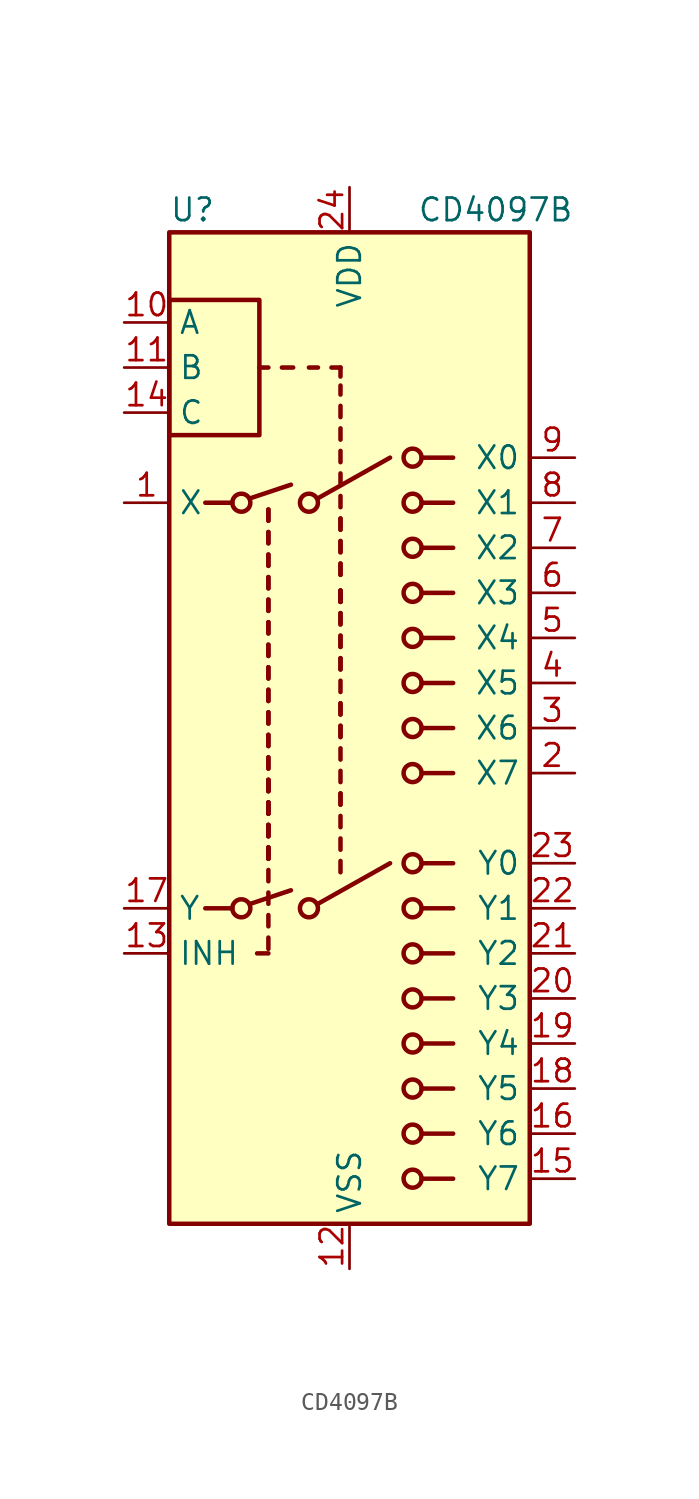
<source format=kicad_sym>
(kicad_symbol_lib
  (version 20241209)
  (generator "kicad_symbol_editor")
  (generator_version "9.0")
  (symbol "CD4097B"
    (property "Reference" "U"
      (at -10.16 29.21 0)
      (effects (font (size 1.27 1.27)) (justify left)))
    (property "Value" "CD4097B"
      (at 3.81 29.21 0)
      (effects (font (size 1.27 1.27)) (justify left)))
    (symbol "CD4097B_0_1"
      (rectangle (start -10.16 27.94) (end 10.16 -27.94) (stroke (width 0.254) (type default)) (fill (type background)))
      (rectangle (start -10.16 24.13) (end -5.08 16.51) (stroke (width 0.254) (type default)) (fill (type none)))
      (polyline (pts (xy -8.128 12.7) (xy -6.604 12.7)) (stroke (width 0.254) (type default)) (fill (type none)))
      (polyline (pts (xy -8.128 -10.16) (xy -6.604 -10.16)) (stroke (width 0.254) (type default)) (fill (type none)))
      (circle (center -6.096 12.7) (radius 0.508) (stroke (width 0.254) (type default)) (fill (type none)))
      (circle (center -6.096 -10.16) (radius 0.508) (stroke (width 0.254) (type default)) (fill (type none)))
      (polyline (pts (xy -5.588 12.954) (xy -3.302 13.716)) (stroke (width 0.254) (type default)) (fill (type none)))
      (polyline (pts (xy -5.588 -9.906) (xy -3.302 -9.144)) (stroke (width 0.254) (type default)) (fill (type none)))
      (polyline (pts (xy -4.572 20.32) (xy -5.08 20.32)) (stroke (width 0.254) (type default)) (fill (type none)))
      (polyline (pts (xy -4.572 11.684) (xy -4.572 12.319)) (stroke (width 0.254) (type default)) (fill (type none)))
      (polyline (pts (xy -4.572 11.684) (xy -4.572 12.319)) (stroke (width 0.254) (type default)) (fill (type none)))
      (polyline (pts (xy -4.572 10.414) (xy -4.572 11.049)) (stroke (width 0.254) (type default)) (fill (type none)))
      (polyline (pts (xy -4.572 10.414) (xy -4.572 11.049)) (stroke (width 0.254) (type default)) (fill (type none)))
      (polyline (pts (xy -4.572 9.144) (xy -4.572 9.779)) (stroke (width 0.254) (type default)) (fill (type none)))
      (polyline (pts (xy -4.572 9.144) (xy -4.572 9.779)) (stroke (width 0.254) (type default)) (fill (type none)))
      (polyline (pts (xy -4.572 7.874) (xy -4.572 8.509)) (stroke (width 0.254) (type default)) (fill (type none)))
      (polyline (pts (xy -4.572 7.874) (xy -4.572 8.509)) (stroke (width 0.254) (type default)) (fill (type none)))
      (polyline (pts (xy -4.572 6.604) (xy -4.572 7.239)) (stroke (width 0.254) (type default)) (fill (type none)))
      (polyline (pts (xy -4.572 6.604) (xy -4.572 7.239)) (stroke (width 0.254) (type default)) (fill (type none)))
      (polyline (pts (xy -4.572 5.334) (xy -4.572 5.969)) (stroke (width 0.254) (type default)) (fill (type none)))
      (polyline (pts (xy -4.572 5.334) (xy -4.572 5.969)) (stroke (width 0.254) (type default)) (fill (type none)))
      (polyline (pts (xy -4.572 4.064) (xy -4.572 4.699)) (stroke (width 0.254) (type default)) (fill (type none)))
      (polyline (pts (xy -4.572 4.064) (xy -4.572 4.699)) (stroke (width 0.254) (type default)) (fill (type none)))
      (polyline (pts (xy -4.572 2.794) (xy -4.572 3.429)) (stroke (width 0.254) (type default)) (fill (type none)))
      (polyline (pts (xy -4.572 2.794) (xy -4.572 3.429)) (stroke (width 0.254) (type default)) (fill (type none)))
      (polyline (pts (xy -4.572 1.524) (xy -4.572 2.159)) (stroke (width 0.254) (type default)) (fill (type none)))
      (polyline (pts (xy -4.572 1.524) (xy -4.572 2.159)) (stroke (width 0.254) (type default)) (fill (type none)))
      (polyline (pts (xy -4.572 0.254) (xy -4.572 0.889)) (stroke (width 0.254) (type default)) (fill (type none)))
      (polyline (pts (xy -4.572 0.254) (xy -4.572 0.889)) (stroke (width 0.254) (type default)) (fill (type none)))
      (polyline (pts (xy -4.572 -1.016) (xy -4.572 -0.381)) (stroke (width 0.254) (type default)) (fill (type none)))
      (polyline (pts (xy -4.572 -1.016) (xy -4.572 -0.381)) (stroke (width 0.254) (type default)) (fill (type none)))
      (polyline (pts (xy -4.572 -2.286) (xy -4.572 -1.651)) (stroke (width 0.254) (type default)) (fill (type none)))
      (polyline (pts (xy -4.572 -2.286) (xy -4.572 -1.651)) (stroke (width 0.254) (type default)) (fill (type none)))
      (polyline (pts (xy -4.572 -3.556) (xy -4.572 -2.921)) (stroke (width 0.254) (type default)) (fill (type none)))
      (polyline (pts (xy -4.572 -3.556) (xy -4.572 -2.921)) (stroke (width 0.254) (type default)) (fill (type none)))
      (polyline (pts (xy -4.572 -3.556) (xy -4.572 -2.921)) (stroke (width 0.254) (type default)) (fill (type none)))
      (polyline (pts (xy -4.572 -3.556) (xy -4.572 -2.921)) (stroke (width 0.254) (type default)) (fill (type none)))
      (polyline (pts (xy -4.572 -4.826) (xy -4.572 -4.191)) (stroke (width 0.254) (type default)) (fill (type none)))
      (polyline (pts (xy -4.572 -4.826) (xy -4.572 -4.191)) (stroke (width 0.254) (type default)) (fill (type none)))
      (polyline (pts (xy -4.572 -4.826) (xy -4.572 -4.191)) (stroke (width 0.254) (type default)) (fill (type none)))
      (polyline (pts (xy -4.572 -4.826) (xy -4.572 -4.191)) (stroke (width 0.254) (type default)) (fill (type none)))
      (polyline (pts (xy -4.572 -6.096) (xy -4.572 -5.461)) (stroke (width 0.254) (type default)) (fill (type none)))
      (polyline (pts (xy -4.572 -6.096) (xy -4.572 -5.461)) (stroke (width 0.254) (type default)) (fill (type none)))
      (polyline (pts (xy -4.572 -6.096) (xy -4.572 -5.461)) (stroke (width 0.254) (type default)) (fill (type none)))
      (polyline (pts (xy -4.572 -6.096) (xy -4.572 -5.461)) (stroke (width 0.254) (type default)) (fill (type none)))
      (polyline (pts (xy -4.572 -7.366) (xy -4.572 -6.731)) (stroke (width 0.254) (type default)) (fill (type none)))
      (polyline (pts (xy -4.572 -7.366) (xy -4.572 -6.731)) (stroke (width 0.254) (type default)) (fill (type none)))
      (polyline (pts (xy -4.572 -7.366) (xy -4.572 -6.731)) (stroke (width 0.254) (type default)) (fill (type none)))
      (polyline (pts (xy -4.572 -7.366) (xy -4.572 -6.731)) (stroke (width 0.254) (type default)) (fill (type none)))
      (polyline (pts (xy -4.572 -11.176) (xy -4.572 -10.541)) (stroke (width 0.254) (type default)) (fill (type none)))
      (polyline (pts (xy -4.572 -12.446) (xy -4.572 -11.811)) (stroke (width 0.254) (type default)) (fill (type none)))
      (polyline (pts (xy -4.572 -12.7) (xy -5.207 -12.7)) (stroke (width 0.254) (type default)) (fill (type none)))
      (polyline (pts (xy -3.81 20.32) (xy -3.175 20.32)) (stroke (width 0.254) (type default)) (fill (type none)))
      (circle (center -2.286 12.7) (radius 0.508) (stroke (width 0.254) (type default)) (fill (type none)))
      (circle (center -2.286 -10.16) (radius 0.508) (stroke (width 0.254) (type default)) (fill (type none)))
      (polyline (pts (xy -1.778 20.32) (xy -2.286 20.32)) (stroke (width 0.254) (type default)) (fill (type none)))
      (polyline (pts (xy -1.778 12.954) (xy 2.286 15.24)) (stroke (width 0.254) (type default)) (fill (type none)))
      (polyline (pts (xy -1.778 -9.906) (xy 2.286 -7.62)) (stroke (width 0.254) (type default)) (fill (type none)))
      (polyline (pts (xy -0.508 20.32) (xy -1.016 20.32)) (stroke (width 0.254) (type default)) (fill (type none)))
      (polyline (pts (xy -0.508 19.812) (xy -0.508 20.32)) (stroke (width 0.254) (type default)) (fill (type none)))
      (polyline (pts (xy -0.508 18.796) (xy -0.508 19.304)) (stroke (width 0.254) (type default)) (fill (type none)))
      (polyline (pts (xy -0.508 13.716) (xy -0.508 14.351)) (stroke (width 0.254) (type default)) (fill (type none)))
      (polyline (pts (xy -0.508 12.446) (xy -0.508 13.081)) (stroke (width 0.254) (type default)) (fill (type none)))
      (polyline (pts (xy -0.508 11.176) (xy -0.508 11.811)) (stroke (width 0.254) (type default)) (fill (type none)))
      (polyline (pts (xy -0.508 11.176) (xy -0.508 11.811)) (stroke (width 0.254) (type default)) (fill (type none)))
      (polyline (pts (xy -0.508 9.906) (xy -0.508 10.541)) (stroke (width 0.254) (type default)) (fill (type none)))
      (polyline (pts (xy -0.508 9.906) (xy -0.508 10.541)) (stroke (width 0.254) (type default)) (fill (type none)))
      (polyline (pts (xy -0.508 8.636) (xy -0.508 9.271)) (stroke (width 0.254) (type default)) (fill (type none)))
      (polyline (pts (xy -0.508 8.636) (xy -0.508 9.271)) (stroke (width 0.254) (type default)) (fill (type none)))
      (polyline (pts (xy -0.508 7.112) (xy -0.508 7.747)) (stroke (width 0.254) (type default)) (fill (type none)))
      (polyline (pts (xy -0.508 7.112) (xy -0.508 7.747)) (stroke (width 0.254) (type default)) (fill (type none)))
      (polyline (pts (xy -0.508 7.112) (xy -0.508 7.747)) (stroke (width 0.254) (type default)) (fill (type none)))
      (polyline (pts (xy -0.508 7.112) (xy -0.508 7.747)) (stroke (width 0.254) (type default)) (fill (type none)))
      (polyline (pts (xy -0.508 5.842) (xy -0.508 6.477)) (stroke (width 0.254) (type default)) (fill (type none)))
      (polyline (pts (xy -0.508 5.842) (xy -0.508 6.477)) (stroke (width 0.254) (type default)) (fill (type none)))
      (polyline (pts (xy -0.508 4.572) (xy -0.508 5.207)) (stroke (width 0.254) (type default)) (fill (type none)))
      (polyline (pts (xy -0.508 4.572) (xy -0.508 5.207)) (stroke (width 0.254) (type default)) (fill (type none)))
      (polyline (pts (xy -0.508 3.302) (xy -0.508 3.937)) (stroke (width 0.254) (type default)) (fill (type none)))
      (polyline (pts (xy -0.508 3.302) (xy -0.508 3.937)) (stroke (width 0.254) (type default)) (fill (type none)))
      (polyline (pts (xy -0.508 2.032) (xy -0.508 2.667)) (stroke (width 0.254) (type default)) (fill (type none)))
      (polyline (pts (xy -0.508 0.762) (xy -0.508 1.397)) (stroke (width 0.254) (type default)) (fill (type none)))
      (polyline (pts (xy -0.508 0.762) (xy -0.508 1.397)) (stroke (width 0.254) (type default)) (fill (type none)))
      (polyline (pts (xy -0.508 -0.508) (xy -0.508 0.127)) (stroke (width 0.254) (type default)) (fill (type none)))
      (polyline (pts (xy -0.508 -0.508) (xy -0.508 0.127)) (stroke (width 0.254) (type default)) (fill (type none)))
      (polyline (pts (xy -0.508 -1.778) (xy -0.508 -1.143)) (stroke (width 0.254) (type default)) (fill (type none)))
      (polyline (pts (xy -0.508 -3.048) (xy -0.508 -2.413)) (stroke (width 0.254) (type default)) (fill (type none)))
      (polyline (pts (xy -0.508 -4.318) (xy -0.508 -3.683)) (stroke (width 0.254) (type default)) (fill (type none)))
      (polyline (pts (xy -0.508 -4.318) (xy -0.508 -3.683)) (stroke (width 0.254) (type default)) (fill (type none)))
      (circle (center 3.556 15.24) (radius 0.508) (stroke (width 0.254) (type default)) (fill (type none)))
      (circle (center 3.556 12.7) (radius 0.508) (stroke (width 0.254) (type default)) (fill (type none)))
      (circle (center 3.556 10.16) (radius 0.508) (stroke (width 0.254) (type default)) (fill (type none)))
      (circle (center 3.556 7.62) (radius 0.508) (stroke (width 0.254) (type default)) (fill (type none)))
      (circle (center 3.556 -7.62) (radius 0.508) (stroke (width 0.254) (type default)) (fill (type none)))
      (circle (center 3.556 -10.16) (radius 0.508) (stroke (width 0.254) (type default)) (fill (type none)))
      (circle (center 3.556 -12.7) (radius 0.508) (stroke (width 0.254) (type default)) (fill (type none)))
      (circle (center 3.556 -15.24) (radius 0.508) (stroke (width 0.254) (type default)) (fill (type none)))
      (circle (center 3.556 -25.4) (radius 0.508) (stroke (width 0.254) (type default)) (fill (type none)))
      (polyline (pts (xy 4.064 15.24) (xy 5.842 15.24)) (stroke (width 0.254) (type default)) (fill (type none)))
      (polyline (pts (xy 4.064 12.7) (xy 5.842 12.7)) (stroke (width 0.254) (type default)) (fill (type none)))
      (polyline (pts (xy 4.064 10.16) (xy 5.842 10.16)) (stroke (width 0.254) (type default)) (fill (type none)))
      (polyline (pts (xy 4.064 7.62) (xy 5.842 7.62)) (stroke (width 0.254) (type default)) (fill (type none)))
      (polyline (pts (xy 4.064 -7.62) (xy 5.842 -7.62)) (stroke (width 0.254) (type default)) (fill (type none)))
      (polyline (pts (xy 4.064 -10.16) (xy 5.842 -10.16)) (stroke (width 0.254) (type default)) (fill (type none)))
      (polyline (pts (xy 4.064 -12.7) (xy 5.842 -12.7)) (stroke (width 0.254) (type default)) (fill (type none)))
      (polyline (pts (xy 4.064 -15.24) (xy 5.842 -15.24)) (stroke (width 0.254) (type default)) (fill (type none)))
      (polyline (pts (xy 4.064 -25.4) (xy 5.842 -25.4)) (stroke (width 0.254) (type default)) (fill (type none))))
    (symbol "CD4097B_1_1"
      (polyline (pts (xy -4.572 -8.636) (xy -4.572 -8.001)) (stroke (width 0.254) (type default)) (fill (type none)))
      (polyline (pts (xy -4.572 -9.906) (xy -4.572 -9.271)) (stroke (width 0.254) (type default)) (fill (type none)))
      (polyline (pts (xy -0.508 17.526) (xy -0.508 18.161)) (stroke (width 0.254) (type default)) (fill (type none)))
      (polyline (pts (xy -0.508 16.256) (xy -0.508 16.891)) (stroke (width 0.254) (type default)) (fill (type none)))
      (polyline (pts (xy -0.508 14.986) (xy -0.508 15.621)) (stroke (width 0.254) (type default)) (fill (type none)))
      (polyline (pts (xy -0.508 -5.588) (xy -0.508 -4.953)) (stroke (width 0.254) (type default)) (fill (type none)))
      (polyline (pts (xy -0.508 -6.858) (xy -0.508 -6.223)) (stroke (width 0.254) (type default)) (fill (type none)))
      (polyline (pts (xy -0.508 -8.128) (xy -0.508 -7.493)) (stroke (width 0.254) (type default)) (fill (type none)))
      (circle (center 3.556 5.08) (radius 0.508) (stroke (width 0.254) (type default)) (fill (type none)))
      (circle (center 3.556 2.54) (radius 0.508) (stroke (width 0.254) (type default)) (fill (type none)))
      (circle (center 3.556 0) (radius 0.508) (stroke (width 0.254) (type default)) (fill (type none)))
      (circle (center 3.556 -2.54) (radius 0.508) (stroke (width 0.254) (type default)) (fill (type none)))
      (circle (center 3.556 -17.78) (radius 0.508) (stroke (width 0.254) (type default)) (fill (type none)))
      (circle (center 3.556 -20.32) (radius 0.508) (stroke (width 0.254) (type default)) (fill (type none)))
      (circle (center 3.556 -22.86) (radius 0.508) (stroke (width 0.254) (type default)) (fill (type none)))
      (polyline (pts (xy 4.064 5.08) (xy 5.842 5.08)) (stroke (width 0.254) (type default)) (fill (type none)))
      (polyline (pts (xy 4.064 2.54) (xy 5.842 2.54)) (stroke (width 0.254) (type default)) (fill (type none)))
      (polyline (pts (xy 4.064 0) (xy 5.842 0)) (stroke (width 0.254) (type default)) (fill (type none)))
      (polyline (pts (xy 4.064 -2.54) (xy 5.842 -2.54)) (stroke (width 0.254) (type default)) (fill (type none)))
      (polyline (pts (xy 4.064 -17.78) (xy 5.842 -17.78)) (stroke (width 0.254) (type default)) (fill (type none)))
      (polyline (pts (xy 4.064 -20.32) (xy 5.842 -20.32)) (stroke (width 0.254) (type default)) (fill (type none)))
      (polyline (pts (xy 4.064 -22.86) (xy 5.842 -22.86)) (stroke (width 0.254) (type default)) (fill (type none)))
      (pin input line (at -12.7 22.86 0) (length 2.54) (name "A" (effects (font (size 1.27 1.27)))) (number "10" (effects (font (size 1.27 1.27)))))
      (pin input line (at -12.7 20.32 0) (length 2.54) (name "B" (effects (font (size 1.27 1.27)))) (number "11" (effects (font (size 1.27 1.27)))))
      (pin input line (at -12.7 17.78 0) (length 2.54) (name "C" (effects (font (size 1.27 1.27)))) (number "14" (effects (font (size 1.27 1.27)))))
      (pin bidirectional line (at -12.7 12.7 0) (length 2.54) (name "X" (effects (font (size 1.27 1.27)))) (number "1" (effects (font (size 1.27 1.27)))))
      (pin bidirectional line (at -12.7 -10.16 0) (length 2.54) (name "Y" (effects (font (size 1.27 1.27)))) (number "17" (effects (font (size 1.27 1.27)))))
      (pin input line (at -12.7 -12.7 0) (length 2.54) (name "INH" (effects (font (size 1.27 1.27)))) (number "13" (effects (font (size 1.27 1.27)))))
      (pin power_in line (at 0 30.48 270) (length 2.54) (name "VDD" (effects (font (size 1.27 1.27)))) (number "24" (effects (font (size 1.27 1.27)))))
      (pin power_in line (at 0 -30.48 90) (length 2.54) (name "VSS" (effects (font (size 1.27 1.27)))) (number "12" (effects (font (size 1.27 1.27)))))
      (pin bidirectional line (at 12.7 15.24 180) (length 2.54) (name "X0" (effects (font (size 1.27 1.27)))) (number "9" (effects (font (size 1.27 1.27)))))
      (pin bidirectional line (at 12.7 12.7 180) (length 2.54) (name "X1" (effects (font (size 1.27 1.27)))) (number "8" (effects (font (size 1.27 1.27)))))
      (pin bidirectional line (at 12.7 10.16 180) (length 2.54) (name "X2" (effects (font (size 1.27 1.27)))) (number "7" (effects (font (size 1.27 1.27)))))
      (pin bidirectional line (at 12.7 7.62 180) (length 2.54) (name "X3" (effects (font (size 1.27 1.27)))) (number "6" (effects (font (size 1.27 1.27)))))
      (pin bidirectional line (at 12.7 5.08 180) (length 2.54) (name "X4" (effects (font (size 1.27 1.27)))) (number "5" (effects (font (size 1.27 1.27)))))
      (pin bidirectional line (at 12.7 2.54 180) (length 2.54) (name "X5" (effects (font (size 1.27 1.27)))) (number "4" (effects (font (size 1.27 1.27)))))
      (pin bidirectional line (at 12.7 0 180) (length 2.54) (name "X6" (effects (font (size 1.27 1.27)))) (number "3" (effects (font (size 1.27 1.27)))))
      (pin bidirectional line (at 12.7 -2.54 180) (length 2.54) (name "X7" (effects (font (size 1.27 1.27)))) (number "2" (effects (font (size 1.27 1.27)))))
      (pin bidirectional line (at 12.7 -7.62 180) (length 2.54) (name "Y0" (effects (font (size 1.27 1.27)))) (number "23" (effects (font (size 1.27 1.27)))))
      (pin bidirectional line (at 12.7 -10.16 180) (length 2.54) (name "Y1" (effects (font (size 1.27 1.27)))) (number "22" (effects (font (size 1.27 1.27)))))
      (pin bidirectional line (at 12.7 -12.7 180) (length 2.54) (name "Y2" (effects (font (size 1.27 1.27)))) (number "21" (effects (font (size 1.27 1.27)))))
      (pin bidirectional line (at 12.7 -15.24 180) (length 2.54) (name "Y3" (effects (font (size 1.27 1.27)))) (number "20" (effects (font (size 1.27 1.27)))))
      (pin bidirectional line (at 12.7 -17.78 180) (length 2.54) (name "Y4" (effects (font (size 1.27 1.27)))) (number "19" (effects (font (size 1.27 1.27)))))
      (pin bidirectional line (at 12.7 -20.32 180) (length 2.54) (name "Y5" (effects (font (size 1.27 1.27)))) (number "18" (effects (font (size 1.27 1.27)))))
      (pin bidirectional line (at 12.7 -22.86 180) (length 2.54) (name "Y6" (effects (font (size 1.27 1.27)))) (number "16" (effects (font (size 1.27 1.27)))))
      (pin bidirectional line (at 12.7 -25.4 180) (length 2.54) (name "Y7" (effects (font (size 1.27 1.27)))) (number "15" (effects (font (size 1.27 1.27))))))))
</source>
